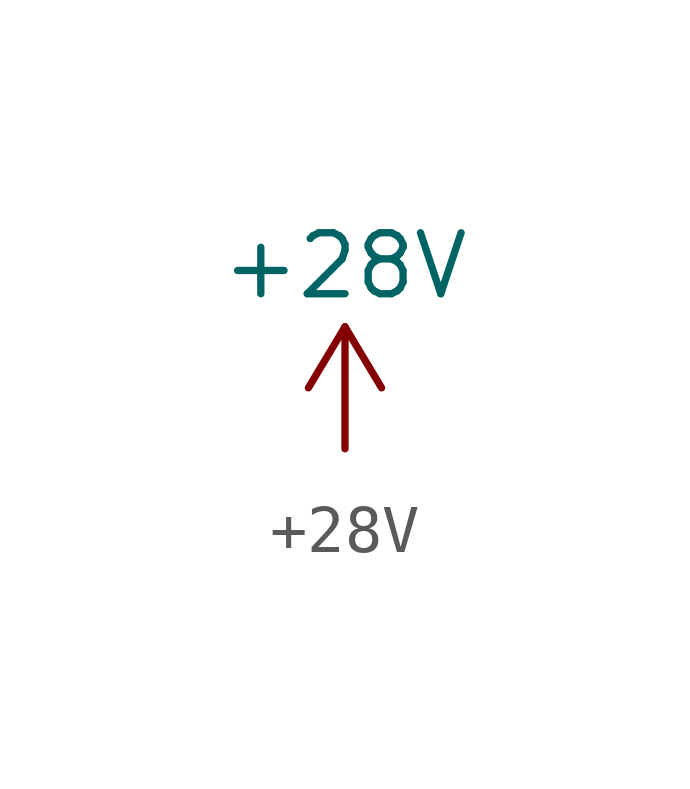
<source format=kicad_sym>
(kicad_symbol_lib
  (version 20220914)
  (generator kicad_symbol_editor)
  (symbol "+28V"
    (power)
    (pin_names
      (offset 0))
    (property "Reference" "#PWR"
      (at 0 -3.81 0)
      (effects (font (size 1.27 1.27)) hide))
    (property "Value" "+28V"
      (at 0 3.81 0)
      (effects (font (size 1.27 1.27))))
    (symbol "+28V_0_1"
      (polyline (pts (xy -0.762 1.27) (xy 0 2.54)) (stroke (width 0) (type default)) (fill (type none)))
      (polyline (pts (xy 0 0) (xy 0 2.54)) (stroke (width 0) (type default)) (fill (type none)))
      (polyline (pts (xy 0 2.54) (xy 0.762 1.27)) (stroke (width 0) (type default)) (fill (type none))))
    (symbol "+28V_1_1"
      (pin power_in line (at 0 0 90) (length 0) hide (name "+28V" (effects (font (size 1.27 1.27)))) (number "1" (effects (font (size 1.27 1.27))))))))
</source>
